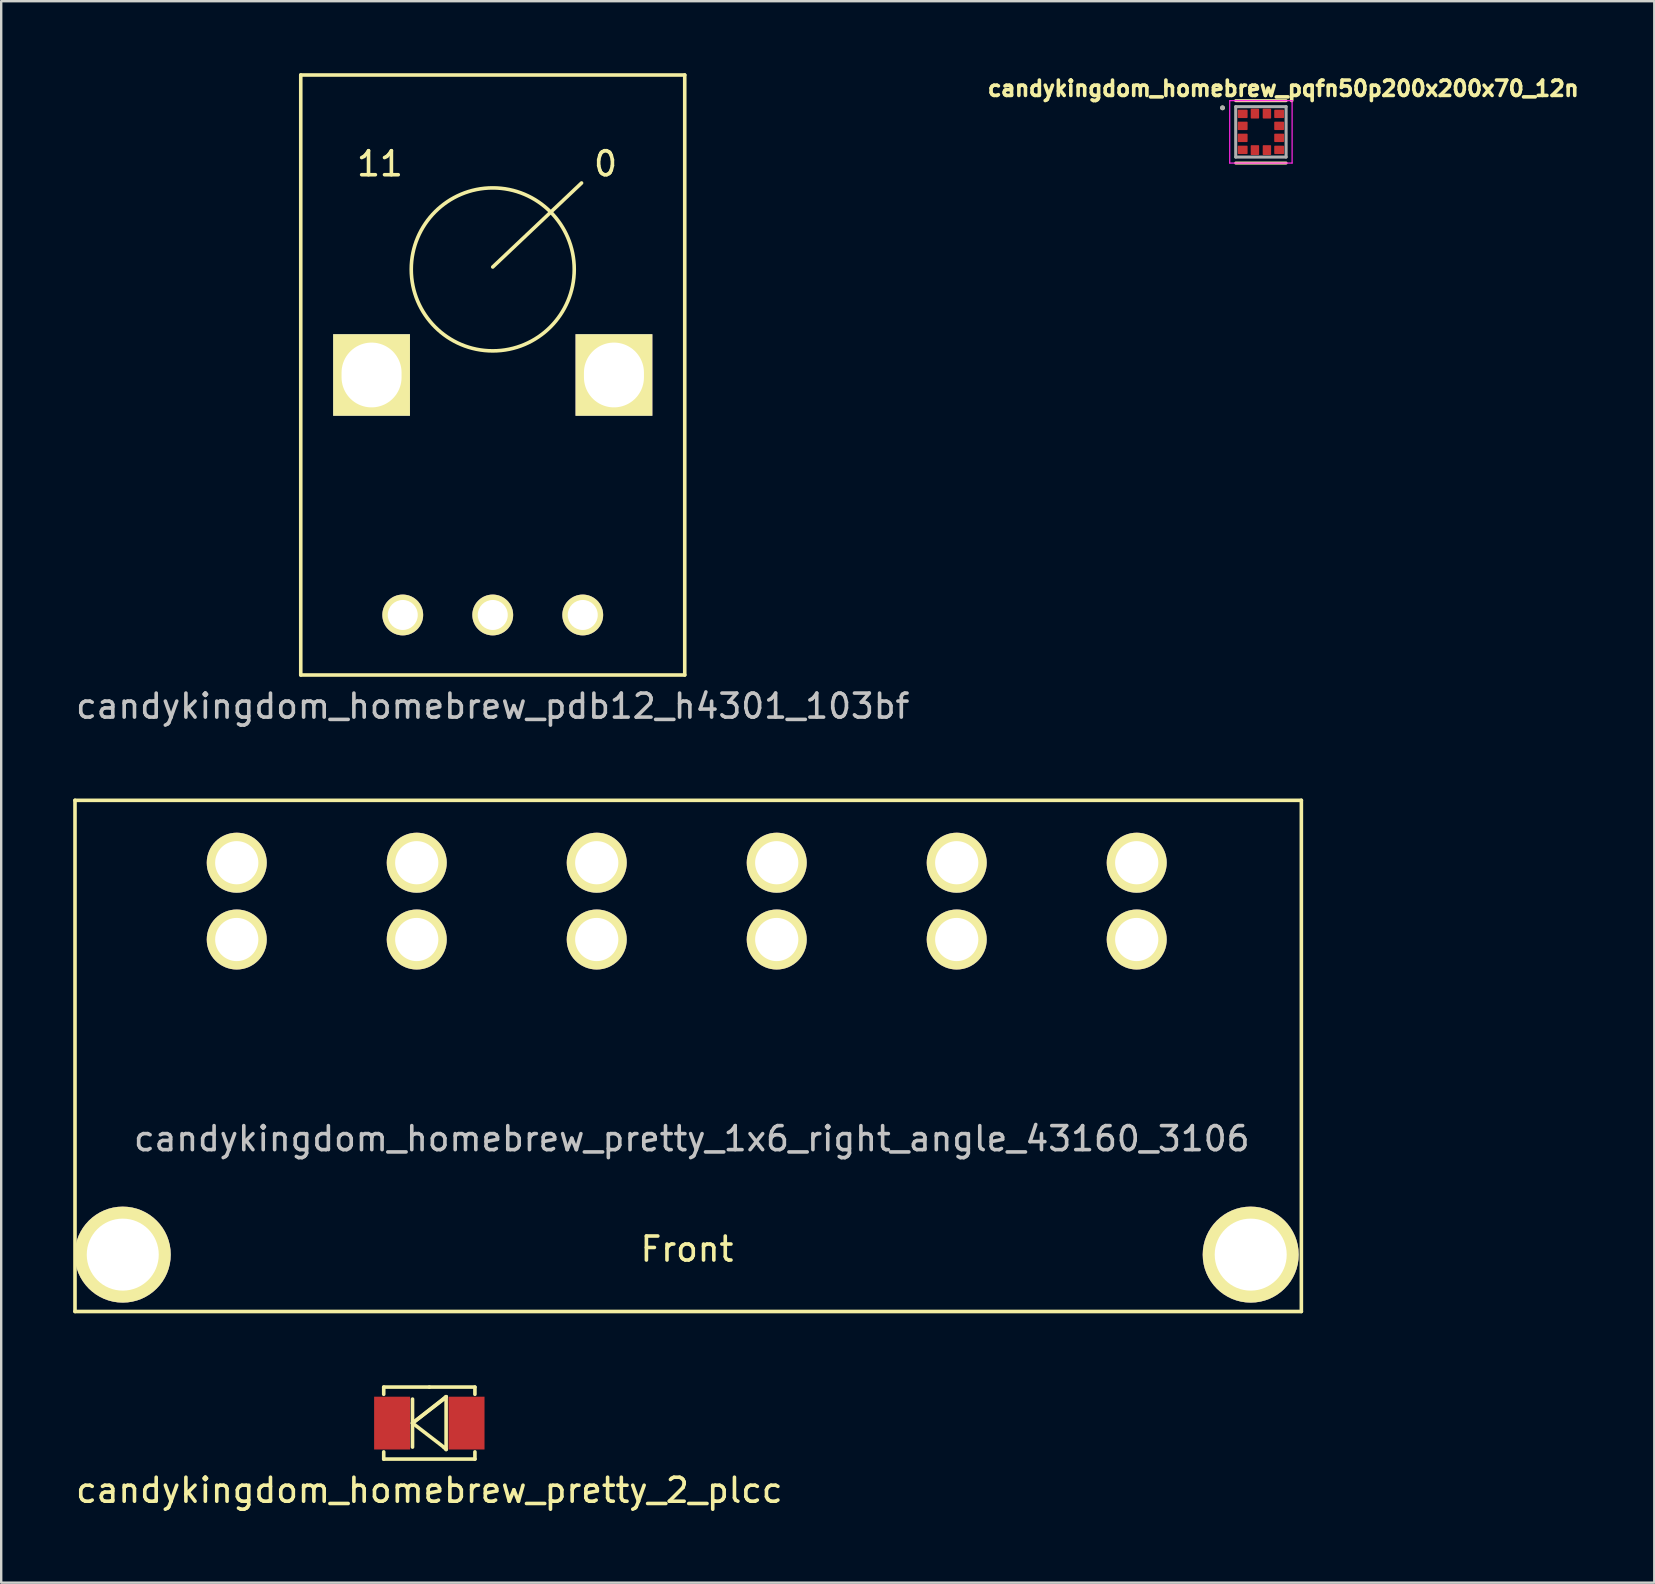
<source format=kicad_pcb>
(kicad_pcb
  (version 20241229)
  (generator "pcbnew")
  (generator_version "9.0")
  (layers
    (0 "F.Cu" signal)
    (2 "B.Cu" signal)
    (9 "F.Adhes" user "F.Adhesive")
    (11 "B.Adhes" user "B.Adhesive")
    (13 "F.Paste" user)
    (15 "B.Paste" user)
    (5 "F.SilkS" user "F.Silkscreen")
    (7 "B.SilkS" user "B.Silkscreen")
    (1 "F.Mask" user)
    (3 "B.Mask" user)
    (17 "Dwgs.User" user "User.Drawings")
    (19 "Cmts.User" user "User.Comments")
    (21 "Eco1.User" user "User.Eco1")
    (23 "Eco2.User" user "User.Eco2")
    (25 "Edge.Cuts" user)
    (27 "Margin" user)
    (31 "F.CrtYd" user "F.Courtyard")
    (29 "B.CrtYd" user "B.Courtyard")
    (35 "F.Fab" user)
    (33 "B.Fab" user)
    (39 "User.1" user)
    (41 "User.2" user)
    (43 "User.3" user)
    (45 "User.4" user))
  (footprint "candykingdom_homebrew_pretty_2_plcc"
    (layer "F.Cu")
    (at 14.839 56.248)
    (property "Reference" "candykingdom_homebrew_pretty_2_plcc" (at 0 2.8 0) (layer "F.SilkS") (effects (font (size 1 1) (thickness 0.15))))
    (attr through_hole)
    (fp_line (start -1.9 -1.5) (end -1.9 -1.2) (stroke (width 0.15) (type solid)) (layer "F.SilkS"))
    (fp_line (start -1.9 1.2) (end -1.9 1.5) (stroke (width 0.15) (type solid)) (layer "F.SilkS"))
    (fp_line (start -1.9 1.5) (end 1.9 1.5) (stroke (width 0.15) (type solid)) (layer "F.SilkS"))
    (fp_line (start -0.7 -1) (end -0.7 1) (stroke (width 0.15) (type solid)) (layer "F.SilkS"))
    (fp_line (start -0.7 0) (end 0.6 -1) (stroke (width 0.15) (type solid)) (layer "F.SilkS"))
    (fp_line (start 0 -1.5) (end -1.9 -1.5) (stroke (width 0.15) (type solid)) (layer "F.SilkS"))
    (fp_line (start 0.6 -1) (end 0.7 -1.1) (stroke (width 0.15) (type solid)) (layer "F.SilkS"))
    (fp_line (start 0.6 1) (end -0.7 0) (stroke (width 0.15) (type solid)) (layer "F.SilkS"))
    (fp_line (start 0.7 -1.1) (end -0.7 0) (stroke (width 0.15) (type solid)) (layer "F.SilkS"))
    (fp_line (start 0.7 -1.1) (end 0.7 1.1) (stroke (width 0.15) (type solid)) (layer "F.SilkS"))
    (fp_line (start 0.7 1.1) (end 0.6 1) (stroke (width 0.15) (type solid)) (layer "F.SilkS"))
    (fp_line (start 1.9 -1.5) (end 0 -1.5) (stroke (width 0.15) (type solid)) (layer "F.SilkS"))
    (fp_line (start 1.9 -1.2) (end 1.9 -1.5) (stroke (width 0.15) (type solid)) (layer "F.SilkS"))
    (fp_line (start 1.9 1.5) (end 1.9 1.2) (stroke (width 0.15) (type solid)) (layer "F.SilkS"))
    (pad "1" smd rect (at -1.55 0) (size 1.5 2.2) (layers "F.Cu" "F.Mask" "F.Paste"))
    (pad "2" smd rect (at 1.55 0) (size 1.5 2.2) (layers "F.Cu" "F.Mask" "F.Paste")))
  (footprint "candykingdom_homebrew_pretty_1x6_right_angle_43160_3106"
    (layer "F.Cu")
    (at 25.575 36.098)
    (property "Reference" "candykingdom_homebrew_pretty_1x6_right_angle_43160_3106" (at 0.2 8.3 0) (layer "Dwgs.User") (effects (font (size 1 1) (thickness 0.15))))
    (attr through_hole)
    (fp_line (start -25.5 -5.8) (end 25.6 -5.8) (stroke (width 0.15) (type solid)) (layer "F.SilkS"))
    (fp_line (start -25.5 15.5) (end -25.5 -5.8) (stroke (width 0.15) (type solid)) (layer "F.SilkS"))
    (fp_line (start 25.6 -5.8) (end 25.6 15.5) (stroke (width 0.15) (type solid)) (layer "F.SilkS"))
    (fp_line (start 25.6 15.5) (end -25.5 15.5) (stroke (width 0.15) (type solid)) (layer "F.SilkS"))
    (fp_text user "Front" (at 0 12.9 0) (layer "F.SilkS") (effects (font (size 1 1) (thickness 0.15))))
    (pad "1" thru_hole circle (at -18.76 -3.2) (size 2.5 2.5) (drill 1.8) (layers "*.Cu" "*.Mask" "F.SilkS"))
    (pad "1" thru_hole circle (at -18.76 0) (size 2.5 2.5) (drill 1.8) (layers "*.Cu" "*.Mask" "F.SilkS"))
    (pad "2" thru_hole circle (at -11.26 -3.2) (size 2.5 2.5) (drill 1.8) (layers "*.Cu" "*.Mask" "F.SilkS"))
    (pad "2" thru_hole circle (at -11.26 0) (size 2.5 2.5) (drill 1.8) (layers "*.Cu" "*.Mask" "F.SilkS"))
    (pad "3" thru_hole circle (at -3.76 -3.2) (size 2.5 2.5) (drill 1.8) (layers "*.Cu" "*.Mask" "F.SilkS"))
    (pad "3" thru_hole circle (at -3.76 0) (size 2.5 2.5) (drill 1.8) (layers "*.Cu" "*.Mask" "F.SilkS"))
    (pad "4" thru_hole circle (at 3.74 -3.2) (size 2.5 2.5) (drill 1.8) (layers "*.Cu" "*.Mask" "F.SilkS"))
    (pad "4" thru_hole circle (at 3.74 0) (size 2.5 2.5) (drill 1.8) (layers "*.Cu" "*.Mask" "F.SilkS"))
    (pad "5" thru_hole circle (at 11.24 -3.2) (size 2.5 2.5) (drill 1.8) (layers "*.Cu" "*.Mask" "F.SilkS"))
    (pad "5" thru_hole circle (at 11.24 0) (size 2.5 2.5) (drill 1.8) (layers "*.Cu" "*.Mask" "F.SilkS"))
    (pad "6" thru_hole circle (at 18.74 -3.2) (size 2.5 2.5) (drill 1.8) (layers "*.Cu" "*.Mask" "F.SilkS"))
    (pad "6" thru_hole circle (at 18.74 0) (size 2.5 2.5) (drill 1.8) (layers "*.Cu" "*.Mask" "F.SilkS"))
    (pad "Snap" thru_hole circle (at -23.51 13.13) (size 4 4) (drill 3) (layers "*.Cu" "*.Mask" "F.SilkS"))
    (pad "Snap" thru_hole circle (at 23.49 13.13) (size 4 4) (drill 3) (layers "*.Cu" "*.Mask" "F.SilkS")))
  (footprint "candykingdom_homebrew_pdb12_h4301_103bf"
    (layer "F.Cu")
    (at 17.482 22.575)
    (property "Reference" "candykingdom_homebrew_pdb12_h4301_103bf" (at 0 3.8 0) (layer "Dwgs.User") (effects (font (size 1 1) (thickness 0.15))))
    (attr through_hole)
    (fp_line (start -8 -22.5) (end 8 -22.5) (stroke (width 0.15) (type solid)) (layer "F.SilkS"))
    (fp_line (start -8 2.5) (end -8 -22.5) (stroke (width 0.15) (type solid)) (layer "F.SilkS"))
    (fp_line (start 0 -14.5) (end 3.7 -18) (stroke (width 0.15) (type solid)) (layer "F.SilkS"))
    (fp_line (start 8 -22.5) (end 8 2.5) (stroke (width 0.15) (type solid)) (layer "F.SilkS"))
    (fp_line (start 8 2.5) (end -8 2.5) (stroke (width 0.15) (type solid)) (layer "F.SilkS"))
    (fp_circle (center 0 -14.4) (end 3.3 -15.2) (stroke (width 0.15) (type solid)) (fill no) (layer "F.SilkS"))
    (fp_text user "0" (at 4.7 -18.8 180) (layer "F.SilkS") (effects (font (size 1 1) (thickness 0.15))))
    (fp_text user "11" (at -4.7 -18.8 180) (layer "F.SilkS") (effects (font (size 1 1) (thickness 0.15))))
    (pad "1" thru_hole circle (at -3.75 0) (size 1.7 1.7) (drill 1.25) (layers "*.Cu" "*.Mask" "F.SilkS"))
    (pad "2" thru_hole circle (at 0 0) (size 1.7 1.7) (drill 1.25) (layers "*.Cu" "*.Mask" "F.SilkS"))
    (pad "3" thru_hole circle (at 3.75 0) (size 1.7 1.7) (drill 1.25) (layers "*.Cu" "*.Mask" "F.SilkS"))
    (pad "Snap" thru_hole rect (at -5.05 -10) (size 3.2 3.4) (drill oval 2.5 2.7) (layers "*.Cu" "*.Mask" "F.SilkS"))
    (pad "Snap" thru_hole rect (at 5.05 -10) (size 3.2 3.4) (drill oval 2.5 2.7) (layers "*.Cu" "*.Mask" "F.SilkS")))
  (footprint "candykingdom_homebrew_pqfn50p200x200x70_12n"
    (layer "F.Cu")
    (at 49.49 2.444)
    (property "Reference" "candykingdom_homebrew_pqfn50p200x200x70_12n" (at 0.932 -1.806 0) (layer "F.SilkS") (effects (font (size 0.64 0.64) (thickness 0.15))))
    (attr smd)
    (fp_line (start -1.05 -1.3) (end 1.05 -1.3) (stroke (width 0.127) (type solid)) (layer "F.SilkS"))
    (fp_line (start 1.05 1.3) (end -1.05 1.3) (stroke (width 0.127) (type solid)) (layer "F.SilkS"))
    (fp_circle (center -1.6 -1) (end -1.55 -1) (stroke (width 0.1) (type solid)) (fill no) (layer "F.SilkS"))
    (fp_line (start -1.3 -1.3) (end -1.3 1.3) (stroke (width 0.05) (type solid)) (layer "F.CrtYd"))
    (fp_line (start -1.3 1.3) (end 1.3 1.3) (stroke (width 0.05) (type solid)) (layer "F.CrtYd"))
    (fp_line (start 1.3 -1.3) (end -1.3 -1.3) (stroke (width 0.05) (type solid)) (layer "F.CrtYd"))
    (fp_line (start 1.3 1.3) (end 1.3 -1.3) (stroke (width 0.05) (type solid)) (layer "F.CrtYd"))
    (fp_line (start -1.05 -1.05) (end 1.05 -1.05) (stroke (width 0.127) (type solid)) (layer "F.Fab"))
    (fp_line (start -1.05 1.05) (end -1.05 -1.05) (stroke (width 0.127) (type solid)) (layer "F.Fab"))
    (fp_line (start 1.05 -1.05) (end 1.05 1.05) (stroke (width 0.127) (type solid)) (layer "F.Fab"))
    (fp_line (start 1.05 1.05) (end -1.05 1.05) (stroke (width 0.127) (type solid)) (layer "F.Fab"))
    (fp_circle (center -1.6 -1) (end -1.55 -1) (stroke (width 0.1) (type solid)) (fill no) (layer "F.Fab"))
    (pad "1" smd roundrect (at -0.76 -0.75) (size 0.41 0.35) (layers "F.Cu" "F.Mask" "F.Paste") (roundrect_rratio 0.09))
    (pad "2" smd roundrect (at -0.76 -0.25) (size 0.41 0.35) (layers "F.Cu" "F.Mask" "F.Paste") (roundrect_rratio 0.09))
    (pad "3" smd roundrect (at -0.76 0.25) (size 0.41 0.35) (layers "F.Cu" "F.Mask" "F.Paste") (roundrect_rratio 0.09))
    (pad "4" smd roundrect (at -0.76 0.75) (size 0.41 0.35) (layers "F.Cu" "F.Mask" "F.Paste") (roundrect_rratio 0.09))
    (pad "5" smd roundrect (at -0.25 0.76 90) (size 0.41 0.35) (layers "F.Cu" "F.Mask" "F.Paste") (roundrect_rratio 0.09))
    (pad "6" smd roundrect (at 0.25 0.76 90) (size 0.41 0.35) (layers "F.Cu" "F.Mask" "F.Paste") (roundrect_rratio 0.09))
    (pad "7" smd roundrect (at 0.76 0.75) (size 0.41 0.35) (layers "F.Cu" "F.Mask" "F.Paste") (roundrect_rratio 0.09))
    (pad "8" smd roundrect (at 0.76 0.25) (size 0.41 0.35) (layers "F.Cu" "F.Mask" "F.Paste") (roundrect_rratio 0.09))
    (pad "9" smd roundrect (at 0.76 -0.25) (size 0.41 0.35) (layers "F.Cu" "F.Mask" "F.Paste") (roundrect_rratio 0.09))
    (pad "10" smd roundrect (at 0.76 -0.75) (size 0.41 0.35) (layers "F.Cu" "F.Mask" "F.Paste") (roundrect_rratio 0.09))
    (pad "11" smd roundrect (at 0.25 -0.76 90) (size 0.41 0.35) (layers "F.Cu" "F.Mask" "F.Paste") (roundrect_rratio 0.09))
    (pad "12" smd roundrect (at -0.25 -0.76 90) (size 0.41 0.35) (layers "F.Cu" "F.Mask" "F.Paste") (roundrect_rratio 0.09)))
  (gr_rect
    (start -3 -3)
    (end 65.881 62.897)
    (stroke (width 0.1) (type default))
    (fill no)
    (layer "Edge.Cuts")))
</source>
